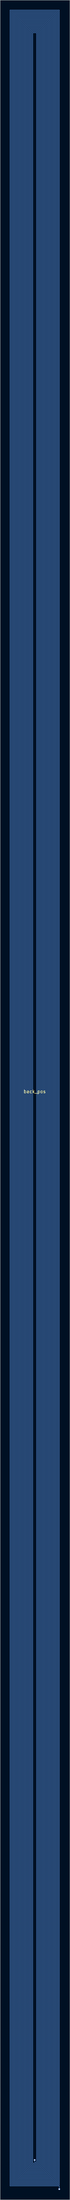
<source format=kicad_pcb>
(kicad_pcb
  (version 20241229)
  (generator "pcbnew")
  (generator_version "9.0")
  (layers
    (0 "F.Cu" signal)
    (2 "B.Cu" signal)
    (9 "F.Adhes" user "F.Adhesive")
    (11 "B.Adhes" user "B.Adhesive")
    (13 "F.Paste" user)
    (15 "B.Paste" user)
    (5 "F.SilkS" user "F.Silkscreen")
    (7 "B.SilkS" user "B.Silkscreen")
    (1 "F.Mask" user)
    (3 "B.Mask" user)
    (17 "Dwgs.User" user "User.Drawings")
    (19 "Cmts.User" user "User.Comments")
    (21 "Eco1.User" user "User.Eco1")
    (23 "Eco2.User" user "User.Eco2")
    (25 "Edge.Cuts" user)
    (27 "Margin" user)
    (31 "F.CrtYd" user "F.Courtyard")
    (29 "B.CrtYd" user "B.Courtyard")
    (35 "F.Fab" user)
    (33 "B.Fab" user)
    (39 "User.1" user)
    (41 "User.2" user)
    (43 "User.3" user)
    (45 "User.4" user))
  (footprint "back_pos"
    (layer "F.Cu")
    (at 7.718 337.577)
    (property "Reference" "back_pos" (at 0 -2 0) (layer "F.SilkS") (effects (font (size 1 1) (thickness 0.15))))
    (attr through_hole)
    (fp_line (start -7.642 -337.5) (end 7.642 -337.5) (stroke (width 0.153) (type solid)) (layer "B.Cu"))
    (fp_line (start -7.642 337.5) (end -7.642 -337.5) (stroke (width 0.153) (type solid)) (layer "B.Cu"))
    (fp_line (start -7.336 -337.194) (end 7.336 -337.194) (stroke (width 0.153) (type solid)) (layer "B.Cu"))
    (fp_line (start -7.336 337.194) (end -7.336 -337.194) (stroke (width 0.153) (type solid)) (layer "B.Cu"))
    (fp_line (start -7.03 -336.888) (end 7.03 -336.888) (stroke (width 0.153) (type solid)) (layer "B.Cu"))
    (fp_line (start -7.03 336.888) (end -7.03 -336.888) (stroke (width 0.153) (type solid)) (layer "B.Cu"))
    (fp_line (start -6.724 -336.582) (end 6.724 -336.582) (stroke (width 0.153) (type solid)) (layer "B.Cu"))
    (fp_line (start -6.724 336.582) (end -6.724 -336.582) (stroke (width 0.153) (type solid)) (layer "B.Cu"))
    (fp_line (start -6.418 -336.276) (end 6.418 -336.276) (stroke (width 0.153) (type solid)) (layer "B.Cu"))
    (fp_line (start -6.418 336.276) (end -6.418 -336.276) (stroke (width 0.153) (type solid)) (layer "B.Cu"))
    (fp_line (start -6.112 -335.97) (end 6.112 -335.97) (stroke (width 0.153) (type solid)) (layer "B.Cu"))
    (fp_line (start -6.112 335.97) (end -6.112 -335.97) (stroke (width 0.153) (type solid)) (layer "B.Cu"))
    (fp_line (start -5.806 -335.664) (end 5.806 -335.664) (stroke (width 0.153) (type solid)) (layer "B.Cu"))
    (fp_line (start -5.806 335.664) (end -5.806 -335.664) (stroke (width 0.153) (type solid)) (layer "B.Cu"))
    (fp_line (start -5.5 -335.358) (end 5.5 -335.358) (stroke (width 0.153) (type solid)) (layer "B.Cu"))
    (fp_line (start -5.5 335.358) (end -5.5 -335.358) (stroke (width 0.153) (type solid)) (layer "B.Cu"))
    (fp_line (start -5.194 -335.052) (end 5.194 -335.052) (stroke (width 0.153) (type solid)) (layer "B.Cu"))
    (fp_line (start -5.194 335.052) (end -5.194 -335.052) (stroke (width 0.153) (type solid)) (layer "B.Cu"))
    (fp_line (start -4.888 -334.746) (end 4.888 -334.746) (stroke (width 0.153) (type solid)) (layer "B.Cu"))
    (fp_line (start -4.888 334.746) (end -4.888 -334.746) (stroke (width 0.153) (type solid)) (layer "B.Cu"))
    (fp_line (start -4.582 -334.44) (end 4.582 -334.44) (stroke (width 0.153) (type solid)) (layer "B.Cu"))
    (fp_line (start -4.582 334.44) (end -4.582 -334.44) (stroke (width 0.153) (type solid)) (layer "B.Cu"))
    (fp_line (start -4.276 -334.134) (end 4.276 -334.134) (stroke (width 0.153) (type solid)) (layer "B.Cu"))
    (fp_line (start -4.276 334.134) (end -4.276 -334.134) (stroke (width 0.153) (type solid)) (layer "B.Cu"))
    (fp_line (start -3.97 -333.828) (end 3.97 -333.828) (stroke (width 0.153) (type solid)) (layer "B.Cu"))
    (fp_line (start -3.97 333.828) (end -3.97 -333.828) (stroke (width 0.153) (type solid)) (layer "B.Cu"))
    (fp_line (start -3.664 -333.522) (end 3.664 -333.522) (stroke (width 0.153) (type solid)) (layer "B.Cu"))
    (fp_line (start -3.664 333.522) (end -3.664 -333.522) (stroke (width 0.153) (type solid)) (layer "B.Cu"))
    (fp_line (start -3.358 -333.216) (end 3.358 -333.216) (stroke (width 0.153) (type solid)) (layer "B.Cu"))
    (fp_line (start -3.358 333.216) (end -3.358 -333.216) (stroke (width 0.153) (type solid)) (layer "B.Cu"))
    (fp_line (start -3.052 -332.91) (end 3.052 -332.91) (stroke (width 0.153) (type solid)) (layer "B.Cu"))
    (fp_line (start -3.052 332.91) (end -3.052 -332.91) (stroke (width 0.153) (type solid)) (layer "B.Cu"))
    (fp_line (start -2.746 -332.604) (end 2.746 -332.604) (stroke (width 0.153) (type solid)) (layer "B.Cu"))
    (fp_line (start -2.746 332.604) (end -2.746 -332.604) (stroke (width 0.153) (type solid)) (layer "B.Cu"))
    (fp_line (start -2.44 -332.298) (end 2.44 -332.298) (stroke (width 0.153) (type solid)) (layer "B.Cu"))
    (fp_line (start -2.44 332.298) (end -2.44 -332.298) (stroke (width 0.153) (type solid)) (layer "B.Cu"))
    (fp_line (start -2.134 -331.992) (end 2.134 -331.992) (stroke (width 0.153) (type solid)) (layer "B.Cu"))
    (fp_line (start -2.134 331.992) (end -2.134 -331.992) (stroke (width 0.153) (type solid)) (layer "B.Cu"))
    (fp_line (start -1.828 -331.686) (end 1.828 -331.686) (stroke (width 0.153) (type solid)) (layer "B.Cu"))
    (fp_line (start -1.828 331.686) (end -1.828 -331.686) (stroke (width 0.153) (type solid)) (layer "B.Cu"))
    (fp_line (start -1.522 -331.38) (end 1.522 -331.38) (stroke (width 0.153) (type solid)) (layer "B.Cu"))
    (fp_line (start -1.522 331.38) (end -1.522 -331.38) (stroke (width 0.153) (type solid)) (layer "B.Cu"))
    (fp_line (start -1.216 -331.074) (end 1.216 -331.074) (stroke (width 0.153) (type solid)) (layer "B.Cu"))
    (fp_line (start -1.216 331.074) (end -1.216 -331.074) (stroke (width 0.153) (type solid)) (layer "B.Cu"))
    (fp_line (start -0.91 -330.768) (end 0.91 -330.768) (stroke (width 0.153) (type solid)) (layer "B.Cu"))
    (fp_line (start -0.91 330.768) (end -0.91 -330.768) (stroke (width 0.153) (type solid)) (layer "B.Cu"))
    (fp_line (start -0.604 -330.462) (end 0.604 -330.462) (stroke (width 0.153) (type solid)) (layer "B.Cu"))
    (fp_line (start -0.604 330.462) (end -0.604 -330.462) (stroke (width 0.153) (type solid)) (layer "B.Cu"))
    (fp_line (start 0 330.156) (end 0 329.462) (stroke (width 0.153) (type solid)) (layer "B.Cu"))
    (fp_line (start 0.604 -330.462) (end 0.604 330.156) (stroke (width 0.153) (type solid)) (layer "B.Cu"))
    (fp_line (start 0.604 330.156) (end 0 330.156) (stroke (width 0.153) (type solid)) (layer "B.Cu"))
    (fp_line (start 0.91 -330.768) (end 0.91 330.462) (stroke (width 0.153) (type solid)) (layer "B.Cu"))
    (fp_line (start 0.91 330.462) (end -0.604 330.462) (stroke (width 0.153) (type solid)) (layer "B.Cu"))
    (fp_line (start 1.216 -331.074) (end 1.216 330.768) (stroke (width 0.153) (type solid)) (layer "B.Cu"))
    (fp_line (start 1.216 330.768) (end -0.91 330.768) (stroke (width 0.153) (type solid)) (layer "B.Cu"))
    (fp_line (start 1.522 -331.38) (end 1.522 331.074) (stroke (width 0.153) (type solid)) (layer "B.Cu"))
    (fp_line (start 1.522 331.074) (end -1.216 331.074) (stroke (width 0.153) (type solid)) (layer "B.Cu"))
    (fp_line (start 1.828 -331.686) (end 1.828 331.38) (stroke (width 0.153) (type solid)) (layer "B.Cu"))
    (fp_line (start 1.828 331.38) (end -1.522 331.38) (stroke (width 0.153) (type solid)) (layer "B.Cu"))
    (fp_line (start 2.134 -331.992) (end 2.134 331.686) (stroke (width 0.153) (type solid)) (layer "B.Cu"))
    (fp_line (start 2.134 331.686) (end -1.828 331.686) (stroke (width 0.153) (type solid)) (layer "B.Cu"))
    (fp_line (start 2.44 -332.298) (end 2.44 331.992) (stroke (width 0.153) (type solid)) (layer "B.Cu"))
    (fp_line (start 2.44 331.992) (end -2.134 331.992) (stroke (width 0.153) (type solid)) (layer "B.Cu"))
    (fp_line (start 2.746 -332.604) (end 2.746 332.298) (stroke (width 0.153) (type solid)) (layer "B.Cu"))
    (fp_line (start 2.746 332.298) (end -2.44 332.298) (stroke (width 0.153) (type solid)) (layer "B.Cu"))
    (fp_line (start 3.052 -332.91) (end 3.052 332.604) (stroke (width 0.153) (type solid)) (layer "B.Cu"))
    (fp_line (start 3.052 332.604) (end -2.746 332.604) (stroke (width 0.153) (type solid)) (layer "B.Cu"))
    (fp_line (start 3.358 -333.216) (end 3.358 332.91) (stroke (width 0.153) (type solid)) (layer "B.Cu"))
    (fp_line (start 3.358 332.91) (end -3.052 332.91) (stroke (width 0.153) (type solid)) (layer "B.Cu"))
    (fp_line (start 3.664 -333.522) (end 3.664 333.216) (stroke (width 0.153) (type solid)) (layer "B.Cu"))
    (fp_line (start 3.664 333.216) (end -3.358 333.216) (stroke (width 0.153) (type solid)) (layer "B.Cu"))
    (fp_line (start 3.97 -333.828) (end 3.97 333.522) (stroke (width 0.153) (type solid)) (layer "B.Cu"))
    (fp_line (start 3.97 333.522) (end -3.664 333.522) (stroke (width 0.153) (type solid)) (layer "B.Cu"))
    (fp_line (start 4.276 -334.134) (end 4.276 333.828) (stroke (width 0.153) (type solid)) (layer "B.Cu"))
    (fp_line (start 4.276 333.828) (end -3.97 333.828) (stroke (width 0.153) (type solid)) (layer "B.Cu"))
    (fp_line (start 4.582 -334.44) (end 4.582 334.134) (stroke (width 0.153) (type solid)) (layer "B.Cu"))
    (fp_line (start 4.582 334.134) (end -4.276 334.134) (stroke (width 0.153) (type solid)) (layer "B.Cu"))
    (fp_line (start 4.888 -334.746) (end 4.888 334.44) (stroke (width 0.153) (type solid)) (layer "B.Cu"))
    (fp_line (start 4.888 334.44) (end -4.582 334.44) (stroke (width 0.153) (type solid)) (layer "B.Cu"))
    (fp_line (start 5.194 -335.052) (end 5.194 334.746) (stroke (width 0.153) (type solid)) (layer "B.Cu"))
    (fp_line (start 5.194 334.746) (end -4.888 334.746) (stroke (width 0.153) (type solid)) (layer "B.Cu"))
    (fp_line (start 5.5 -335.358) (end 5.5 335.052) (stroke (width 0.153) (type solid)) (layer "B.Cu"))
    (fp_line (start 5.5 335.052) (end -5.194 335.052) (stroke (width 0.153) (type solid)) (layer "B.Cu"))
    (fp_line (start 5.806 -335.664) (end 5.806 335.358) (stroke (width 0.153) (type solid)) (layer "B.Cu"))
    (fp_line (start 5.806 335.358) (end -5.5 335.358) (stroke (width 0.153) (type solid)) (layer "B.Cu"))
    (fp_line (start 6.112 -335.97) (end 6.112 335.664) (stroke (width 0.153) (type solid)) (layer "B.Cu"))
    (fp_line (start 6.112 335.664) (end -5.806 335.664) (stroke (width 0.153) (type solid)) (layer "B.Cu"))
    (fp_line (start 6.418 -336.276) (end 6.418 335.97) (stroke (width 0.153) (type solid)) (layer "B.Cu"))
    (fp_line (start 6.418 335.97) (end -6.112 335.97) (stroke (width 0.153) (type solid)) (layer "B.Cu"))
    (fp_line (start 6.724 -336.582) (end 6.724 336.276) (stroke (width 0.153) (type solid)) (layer "B.Cu"))
    (fp_line (start 6.724 336.276) (end -6.418 336.276) (stroke (width 0.153) (type solid)) (layer "B.Cu"))
    (fp_line (start 7.03 -336.888) (end 7.03 336.582) (stroke (width 0.153) (type solid)) (layer "B.Cu"))
    (fp_line (start 7.03 336.582) (end -6.724 336.582) (stroke (width 0.153) (type solid)) (layer "B.Cu"))
    (fp_line (start 7.336 -337.194) (end 7.336 336.888) (stroke (width 0.153) (type solid)) (layer "B.Cu"))
    (fp_line (start 7.336 336.888) (end -7.03 336.888) (stroke (width 0.153) (type solid)) (layer "B.Cu"))
    (fp_line (start 7.642 -337.5) (end 7.642 337.194) (stroke (width 0.153) (type solid)) (layer "B.Cu"))
    (fp_line (start 7.642 337.194) (end -7.336 337.194) (stroke (width 0.153) (type solid)) (layer "B.Cu"))
    (fp_line (start 7.642 337.5) (end -7.642 337.5) (stroke (width 0.153) (type solid)) (layer "B.Cu"))
    (fp_line (start 7.642 338.5) (end 7.642 337.5) (stroke (width 0.153) (type solid)) (layer "B.Cu"))
    (pad "1" thru_hole circle (at 7.642 338.5) (size 0.6 0.6) (drill 0.35) (layers "*.Cu" "*.Mask"))
    (pad "2" thru_hole circle (at 0 329.462) (size 0.6 0.6) (drill 0.35) (layers "*.Cu" "*.Mask")))
  (gr_rect
    (start -3 -3)
    (end 18.66 679.376)
    (stroke (width 0.1) (type default))
    (fill no)
    (layer "Edge.Cuts")))
</source>
